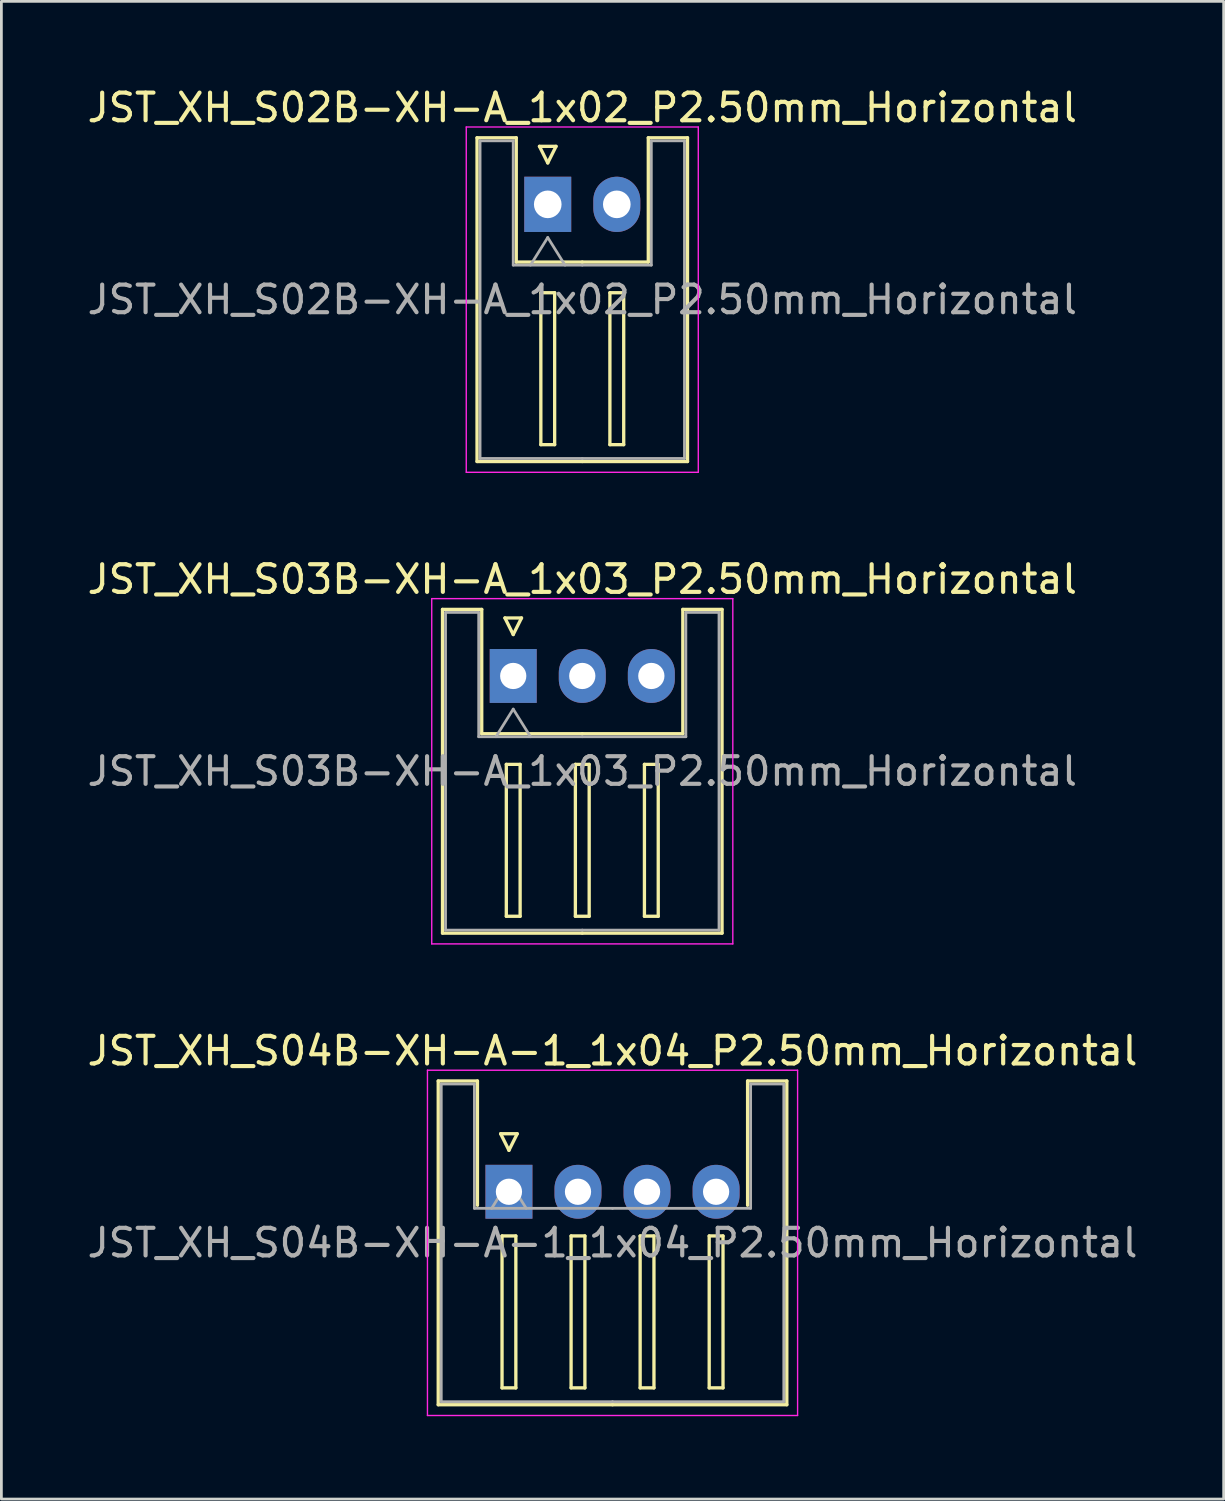
<source format=kicad_pcb>
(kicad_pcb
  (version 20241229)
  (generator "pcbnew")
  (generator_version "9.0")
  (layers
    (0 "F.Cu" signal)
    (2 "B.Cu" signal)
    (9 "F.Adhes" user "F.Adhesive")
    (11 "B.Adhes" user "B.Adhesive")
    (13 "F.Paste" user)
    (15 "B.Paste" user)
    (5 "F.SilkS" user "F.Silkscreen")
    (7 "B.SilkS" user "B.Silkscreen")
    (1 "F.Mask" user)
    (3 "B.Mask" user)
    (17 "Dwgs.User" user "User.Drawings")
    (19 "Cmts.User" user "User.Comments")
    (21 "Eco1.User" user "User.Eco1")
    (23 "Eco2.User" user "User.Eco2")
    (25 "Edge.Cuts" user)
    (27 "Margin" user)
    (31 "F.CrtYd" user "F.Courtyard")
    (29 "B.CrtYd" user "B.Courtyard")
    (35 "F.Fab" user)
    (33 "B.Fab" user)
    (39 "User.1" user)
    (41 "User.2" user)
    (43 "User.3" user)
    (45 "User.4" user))
  (footprint "JST_XH_S02B-XH-A_1x02_P2.50mm_Horizontal"
    (layer "F.Cu")
    (at 16.78 4.348)
    (property "Reference" "JST_XH_S02B-XH-A_1x02_P2.50mm_Horizontal" (at 1.25 -3.5 0) (layer "F.SilkS") (effects (font (size 1 1) (thickness 0.15))))
    (attr through_hole)
    (fp_line (start -2.56 -2.41) (end -1.14 -2.41) (stroke (width 0.12) (type solid)) (layer "F.SilkS"))
    (fp_line (start -2.56 9.31) (end -2.56 -2.41) (stroke (width 0.12) (type solid)) (layer "F.SilkS"))
    (fp_line (start -1.14 -2.41) (end -1.14 2.09) (stroke (width 0.12) (type solid)) (layer "F.SilkS"))
    (fp_line (start -1.14 2.09) (end 1.25 2.09) (stroke (width 0.12) (type solid)) (layer "F.SilkS"))
    (fp_line (start -0.3 -2.1) (end 0.3 -2.1) (stroke (width 0.12) (type solid)) (layer "F.SilkS"))
    (fp_line (start -0.25 3.2) (end -0.25 8.7) (stroke (width 0.12) (type solid)) (layer "F.SilkS"))
    (fp_line (start -0.25 8.7) (end 0.25 8.7) (stroke (width 0.12) (type solid)) (layer "F.SilkS"))
    (fp_line (start 0 -1.5) (end -0.3 -2.1) (stroke (width 0.12) (type solid)) (layer "F.SilkS"))
    (fp_line (start 0.25 3.2) (end -0.25 3.2) (stroke (width 0.12) (type solid)) (layer "F.SilkS"))
    (fp_line (start 0.25 8.7) (end 0.25 3.2) (stroke (width 0.12) (type solid)) (layer "F.SilkS"))
    (fp_line (start 0.3 -2.1) (end 0 -1.5) (stroke (width 0.12) (type solid)) (layer "F.SilkS"))
    (fp_line (start 1.25 9.31) (end -2.56 9.31) (stroke (width 0.12) (type solid)) (layer "F.SilkS"))
    (fp_line (start 1.25 9.31) (end 5.06 9.31) (stroke (width 0.12) (type solid)) (layer "F.SilkS"))
    (fp_line (start 2.25 3.2) (end 2.25 8.7) (stroke (width 0.12) (type solid)) (layer "F.SilkS"))
    (fp_line (start 2.25 8.7) (end 2.75 8.7) (stroke (width 0.12) (type solid)) (layer "F.SilkS"))
    (fp_line (start 2.75 3.2) (end 2.25 3.2) (stroke (width 0.12) (type solid)) (layer "F.SilkS"))
    (fp_line (start 2.75 8.7) (end 2.75 3.2) (stroke (width 0.12) (type solid)) (layer "F.SilkS"))
    (fp_line (start 3.64 -2.41) (end 3.64 2.09) (stroke (width 0.12) (type solid)) (layer "F.SilkS"))
    (fp_line (start 3.64 2.09) (end 1.25 2.09) (stroke (width 0.12) (type solid)) (layer "F.SilkS"))
    (fp_line (start 5.06 -2.41) (end 3.64 -2.41) (stroke (width 0.12) (type solid)) (layer "F.SilkS"))
    (fp_line (start 5.06 9.31) (end 5.06 -2.41) (stroke (width 0.12) (type solid)) (layer "F.SilkS"))
    (fp_line (start -2.95 -2.8) (end -2.95 9.7) (stroke (width 0.05) (type solid)) (layer "F.CrtYd"))
    (fp_line (start -2.95 9.7) (end 5.45 9.7) (stroke (width 0.05) (type solid)) (layer "F.CrtYd"))
    (fp_line (start 5.45 -2.8) (end -2.95 -2.8) (stroke (width 0.05) (type solid)) (layer "F.CrtYd"))
    (fp_line (start 5.45 9.7) (end 5.45 -2.8) (stroke (width 0.05) (type solid)) (layer "F.CrtYd"))
    (fp_line (start -2.45 -2.3) (end -1.25 -2.3) (stroke (width 0.1) (type solid)) (layer "F.Fab"))
    (fp_line (start -2.45 9.2) (end -2.45 -2.3) (stroke (width 0.1) (type solid)) (layer "F.Fab"))
    (fp_line (start -1.25 -2.3) (end -1.25 2.2) (stroke (width 0.1) (type solid)) (layer "F.Fab"))
    (fp_line (start -1.25 2.2) (end 1.25 2.2) (stroke (width 0.1) (type solid)) (layer "F.Fab"))
    (fp_line (start -0.625 2.2) (end 0 1.2) (stroke (width 0.1) (type solid)) (layer "F.Fab"))
    (fp_line (start 0 1.2) (end 0.625 2.2) (stroke (width 0.1) (type solid)) (layer "F.Fab"))
    (fp_line (start 1.25 9.2) (end -2.45 9.2) (stroke (width 0.1) (type solid)) (layer "F.Fab"))
    (fp_line (start 1.25 9.2) (end 4.95 9.2) (stroke (width 0.1) (type solid)) (layer "F.Fab"))
    (fp_line (start 3.75 -2.3) (end 3.75 2.2) (stroke (width 0.1) (type solid)) (layer "F.Fab"))
    (fp_line (start 3.75 2.2) (end 1.25 2.2) (stroke (width 0.1) (type solid)) (layer "F.Fab"))
    (fp_line (start 4.95 -2.3) (end 3.75 -2.3) (stroke (width 0.1) (type solid)) (layer "F.Fab"))
    (fp_line (start 4.95 9.2) (end 4.95 -2.3) (stroke (width 0.1) (type solid)) (layer "F.Fab"))
    (fp_text user "${REFERENCE}" (at 1.25 3.45 0) (layer "F.Fab") (effects (font (size 1 1) (thickness 0.15))))
    (pad "1" thru_hole rect (at 0 0) (size 1.7 2) (drill 1) (layers "*.Cu" "*.Mask"))
    (pad "2" thru_hole oval (at 2.5 0) (size 1.7 2) (drill 1) (layers "*.Cu" "*.Mask")))
  (footprint "JST_XH_S03B-XH-A_1x03_P2.50mm_Horizontal"
    (layer "F.Cu")
    (at 15.53 21.422)
    (property "Reference" "JST_XH_S03B-XH-A_1x03_P2.50mm_Horizontal" (at 2.5 -3.5 0) (layer "F.SilkS") (effects (font (size 1 1) (thickness 0.15))))
    (attr through_hole)
    (fp_line (start -2.56 -2.41) (end -1.14 -2.41) (stroke (width 0.12) (type solid)) (layer "F.SilkS"))
    (fp_line (start -2.56 9.31) (end -2.56 -2.41) (stroke (width 0.12) (type solid)) (layer "F.SilkS"))
    (fp_line (start -1.14 -2.41) (end -1.14 2.09) (stroke (width 0.12) (type solid)) (layer "F.SilkS"))
    (fp_line (start -1.14 2.09) (end 2.5 2.09) (stroke (width 0.12) (type solid)) (layer "F.SilkS"))
    (fp_line (start -0.3 -2.1) (end 0.3 -2.1) (stroke (width 0.12) (type solid)) (layer "F.SilkS"))
    (fp_line (start -0.25 3.2) (end -0.25 8.7) (stroke (width 0.12) (type solid)) (layer "F.SilkS"))
    (fp_line (start -0.25 8.7) (end 0.25 8.7) (stroke (width 0.12) (type solid)) (layer "F.SilkS"))
    (fp_line (start 0 -1.5) (end -0.3 -2.1) (stroke (width 0.12) (type solid)) (layer "F.SilkS"))
    (fp_line (start 0.25 3.2) (end -0.25 3.2) (stroke (width 0.12) (type solid)) (layer "F.SilkS"))
    (fp_line (start 0.25 8.7) (end 0.25 3.2) (stroke (width 0.12) (type solid)) (layer "F.SilkS"))
    (fp_line (start 0.3 -2.1) (end 0 -1.5) (stroke (width 0.12) (type solid)) (layer "F.SilkS"))
    (fp_line (start 2.25 3.2) (end 2.25 8.7) (stroke (width 0.12) (type solid)) (layer "F.SilkS"))
    (fp_line (start 2.25 8.7) (end 2.75 8.7) (stroke (width 0.12) (type solid)) (layer "F.SilkS"))
    (fp_line (start 2.5 9.31) (end -2.56 9.31) (stroke (width 0.12) (type solid)) (layer "F.SilkS"))
    (fp_line (start 2.5 9.31) (end 7.56 9.31) (stroke (width 0.12) (type solid)) (layer "F.SilkS"))
    (fp_line (start 2.75 3.2) (end 2.25 3.2) (stroke (width 0.12) (type solid)) (layer "F.SilkS"))
    (fp_line (start 2.75 8.7) (end 2.75 3.2) (stroke (width 0.12) (type solid)) (layer "F.SilkS"))
    (fp_line (start 4.75 3.2) (end 4.75 8.7) (stroke (width 0.12) (type solid)) (layer "F.SilkS"))
    (fp_line (start 4.75 8.7) (end 5.25 8.7) (stroke (width 0.12) (type solid)) (layer "F.SilkS"))
    (fp_line (start 5.25 3.2) (end 4.75 3.2) (stroke (width 0.12) (type solid)) (layer "F.SilkS"))
    (fp_line (start 5.25 8.7) (end 5.25 3.2) (stroke (width 0.12) (type solid)) (layer "F.SilkS"))
    (fp_line (start 6.14 -2.41) (end 6.14 2.09) (stroke (width 0.12) (type solid)) (layer "F.SilkS"))
    (fp_line (start 6.14 2.09) (end 2.5 2.09) (stroke (width 0.12) (type solid)) (layer "F.SilkS"))
    (fp_line (start 7.56 -2.41) (end 6.14 -2.41) (stroke (width 0.12) (type solid)) (layer "F.SilkS"))
    (fp_line (start 7.56 9.31) (end 7.56 -2.41) (stroke (width 0.12) (type solid)) (layer "F.SilkS"))
    (fp_line (start -2.95 -2.8) (end -2.95 9.7) (stroke (width 0.05) (type solid)) (layer "F.CrtYd"))
    (fp_line (start -2.95 9.7) (end 7.95 9.7) (stroke (width 0.05) (type solid)) (layer "F.CrtYd"))
    (fp_line (start 7.95 -2.8) (end -2.95 -2.8) (stroke (width 0.05) (type solid)) (layer "F.CrtYd"))
    (fp_line (start 7.95 9.7) (end 7.95 -2.8) (stroke (width 0.05) (type solid)) (layer "F.CrtYd"))
    (fp_line (start -2.45 -2.3) (end -1.25 -2.3) (stroke (width 0.1) (type solid)) (layer "F.Fab"))
    (fp_line (start -2.45 9.2) (end -2.45 -2.3) (stroke (width 0.1) (type solid)) (layer "F.Fab"))
    (fp_line (start -1.25 -2.3) (end -1.25 2.2) (stroke (width 0.1) (type solid)) (layer "F.Fab"))
    (fp_line (start -1.25 2.2) (end 2.5 2.2) (stroke (width 0.1) (type solid)) (layer "F.Fab"))
    (fp_line (start -0.625 2.2) (end 0 1.2) (stroke (width 0.1) (type solid)) (layer "F.Fab"))
    (fp_line (start 0 1.2) (end 0.625 2.2) (stroke (width 0.1) (type solid)) (layer "F.Fab"))
    (fp_line (start 2.5 9.2) (end -2.45 9.2) (stroke (width 0.1) (type solid)) (layer "F.Fab"))
    (fp_line (start 2.5 9.2) (end 7.45 9.2) (stroke (width 0.1) (type solid)) (layer "F.Fab"))
    (fp_line (start 6.25 -2.3) (end 6.25 2.2) (stroke (width 0.1) (type solid)) (layer "F.Fab"))
    (fp_line (start 6.25 2.2) (end 2.5 2.2) (stroke (width 0.1) (type solid)) (layer "F.Fab"))
    (fp_line (start 7.45 -2.3) (end 6.25 -2.3) (stroke (width 0.1) (type solid)) (layer "F.Fab"))
    (fp_line (start 7.45 9.2) (end 7.45 -2.3) (stroke (width 0.1) (type solid)) (layer "F.Fab"))
    (fp_text user "${REFERENCE}" (at 2.5 3.45 0) (layer "F.Fab") (effects (font (size 1 1) (thickness 0.15))))
    (pad "1" thru_hole rect (at 0 0) (size 1.7 1.95) (drill 0.95) (layers "*.Cu" "*.Mask"))
    (pad "2" thru_hole oval (at 2.5 0) (size 1.7 1.95) (drill 0.95) (layers "*.Cu" "*.Mask"))
    (pad "3" thru_hole oval (at 5 0) (size 1.7 1.95) (drill 0.95) (layers "*.Cu" "*.Mask")))
  (footprint "JST_XH_S04B-XH-A-1_1x04_P2.50mm_Horizontal"
    (layer "F.Cu")
    (at 15.375 40.095)
    (property "Reference" "JST_XH_S04B-XH-A-1_1x04_P2.50mm_Horizontal" (at 3.75 -5.1 0) (layer "F.SilkS") (effects (font (size 1 1) (thickness 0.15))))
    (attr through_hole)
    (fp_line (start -2.56 -4.01) (end -1.14 -4.01) (stroke (width 0.12) (type solid)) (layer "F.SilkS"))
    (fp_line (start -2.56 7.71) (end -2.56 -4.01) (stroke (width 0.12) (type solid)) (layer "F.SilkS"))
    (fp_line (start -1.14 -4.01) (end -1.14 0.49) (stroke (width 0.12) (type solid)) (layer "F.SilkS"))
    (fp_line (start -0.3 -2.1) (end 0.3 -2.1) (stroke (width 0.12) (type solid)) (layer "F.SilkS"))
    (fp_line (start -0.25 1.6) (end -0.25 7.1) (stroke (width 0.12) (type solid)) (layer "F.SilkS"))
    (fp_line (start -0.25 7.1) (end 0.25 7.1) (stroke (width 0.12) (type solid)) (layer "F.SilkS"))
    (fp_line (start 0 -1.5) (end -0.3 -2.1) (stroke (width 0.12) (type solid)) (layer "F.SilkS"))
    (fp_line (start 0.25 1.6) (end -0.25 1.6) (stroke (width 0.12) (type solid)) (layer "F.SilkS"))
    (fp_line (start 0.25 7.1) (end 0.25 1.6) (stroke (width 0.12) (type solid)) (layer "F.SilkS"))
    (fp_line (start 0.3 -2.1) (end 0 -1.5) (stroke (width 0.12) (type solid)) (layer "F.SilkS"))
    (fp_line (start 2.25 1.6) (end 2.25 7.1) (stroke (width 0.12) (type solid)) (layer "F.SilkS"))
    (fp_line (start 2.25 7.1) (end 2.75 7.1) (stroke (width 0.12) (type solid)) (layer "F.SilkS"))
    (fp_line (start 2.75 1.6) (end 2.25 1.6) (stroke (width 0.12) (type solid)) (layer "F.SilkS"))
    (fp_line (start 2.75 7.1) (end 2.75 1.6) (stroke (width 0.12) (type solid)) (layer "F.SilkS"))
    (fp_line (start 3.75 7.71) (end -2.56 7.71) (stroke (width 0.12) (type solid)) (layer "F.SilkS"))
    (fp_line (start 3.75 7.71) (end 10.06 7.71) (stroke (width 0.12) (type solid)) (layer "F.SilkS"))
    (fp_line (start 4.75 1.6) (end 4.75 7.1) (stroke (width 0.12) (type solid)) (layer "F.SilkS"))
    (fp_line (start 4.75 7.1) (end 5.25 7.1) (stroke (width 0.12) (type solid)) (layer "F.SilkS"))
    (fp_line (start 5.25 1.6) (end 4.75 1.6) (stroke (width 0.12) (type solid)) (layer "F.SilkS"))
    (fp_line (start 5.25 7.1) (end 5.25 1.6) (stroke (width 0.12) (type solid)) (layer "F.SilkS"))
    (fp_line (start 7.25 1.6) (end 7.25 7.1) (stroke (width 0.12) (type solid)) (layer "F.SilkS"))
    (fp_line (start 7.25 7.1) (end 7.75 7.1) (stroke (width 0.12) (type solid)) (layer "F.SilkS"))
    (fp_line (start 7.75 1.6) (end 7.25 1.6) (stroke (width 0.12) (type solid)) (layer "F.SilkS"))
    (fp_line (start 7.75 7.1) (end 7.75 1.6) (stroke (width 0.12) (type solid)) (layer "F.SilkS"))
    (fp_line (start 8.64 -4.01) (end 8.64 0.49) (stroke (width 0.12) (type solid)) (layer "F.SilkS"))
    (fp_line (start 10.06 -4.01) (end 8.64 -4.01) (stroke (width 0.12) (type solid)) (layer "F.SilkS"))
    (fp_line (start 10.06 7.71) (end 10.06 -4.01) (stroke (width 0.12) (type solid)) (layer "F.SilkS"))
    (fp_line (start -2.95 -4.4) (end -2.95 8.1) (stroke (width 0.05) (type solid)) (layer "F.CrtYd"))
    (fp_line (start -2.95 8.1) (end 10.45 8.1) (stroke (width 0.05) (type solid)) (layer "F.CrtYd"))
    (fp_line (start 10.45 -4.4) (end -2.95 -4.4) (stroke (width 0.05) (type solid)) (layer "F.CrtYd"))
    (fp_line (start 10.45 8.1) (end 10.45 -4.4) (stroke (width 0.05) (type solid)) (layer "F.CrtYd"))
    (fp_line (start -2.45 -3.9) (end -1.25 -3.9) (stroke (width 0.1) (type solid)) (layer "F.Fab"))
    (fp_line (start -2.45 7.6) (end -2.45 -3.9) (stroke (width 0.1) (type solid)) (layer "F.Fab"))
    (fp_line (start -1.25 -3.9) (end -1.25 0.6) (stroke (width 0.1) (type solid)) (layer "F.Fab"))
    (fp_line (start -1.25 0.6) (end 3.75 0.6) (stroke (width 0.1) (type solid)) (layer "F.Fab"))
    (fp_line (start -0.625 0.6) (end 0 -0.4) (stroke (width 0.1) (type solid)) (layer "F.Fab"))
    (fp_line (start 0 -0.4) (end 0.625 0.6) (stroke (width 0.1) (type solid)) (layer "F.Fab"))
    (fp_line (start 3.75 7.6) (end -2.45 7.6) (stroke (width 0.1) (type solid)) (layer "F.Fab"))
    (fp_line (start 3.75 7.6) (end 9.95 7.6) (stroke (width 0.1) (type solid)) (layer "F.Fab"))
    (fp_line (start 8.75 -3.9) (end 8.75 0.6) (stroke (width 0.1) (type solid)) (layer "F.Fab"))
    (fp_line (start 8.75 0.6) (end 3.75 0.6) (stroke (width 0.1) (type solid)) (layer "F.Fab"))
    (fp_line (start 9.95 -3.9) (end 8.75 -3.9) (stroke (width 0.1) (type solid)) (layer "F.Fab"))
    (fp_line (start 9.95 7.6) (end 9.95 -3.9) (stroke (width 0.1) (type solid)) (layer "F.Fab"))
    (fp_text user "${REFERENCE}" (at 3.75 1.85 0) (layer "F.Fab") (effects (font (size 1 1) (thickness 0.15))))
    (pad "1" thru_hole rect (at 0 0) (size 1.7 1.95) (drill 0.95) (layers "*.Cu" "*.Mask"))
    (pad "2" thru_hole oval (at 2.5 0) (size 1.7 1.95) (drill 0.95) (layers "*.Cu" "*.Mask"))
    (pad "3" thru_hole oval (at 5 0) (size 1.7 1.95) (drill 0.95) (layers "*.Cu" "*.Mask"))
    (pad "4" thru_hole oval (at 7.5 0) (size 1.7 1.95) (drill 0.95) (layers "*.Cu" "*.Mask")))
  (gr_rect
    (start -3 -3)
    (end 41.25 51.22)
    (stroke (width 0.1) (type default))
    (fill no)
    (layer "Edge.Cuts")))
</source>
